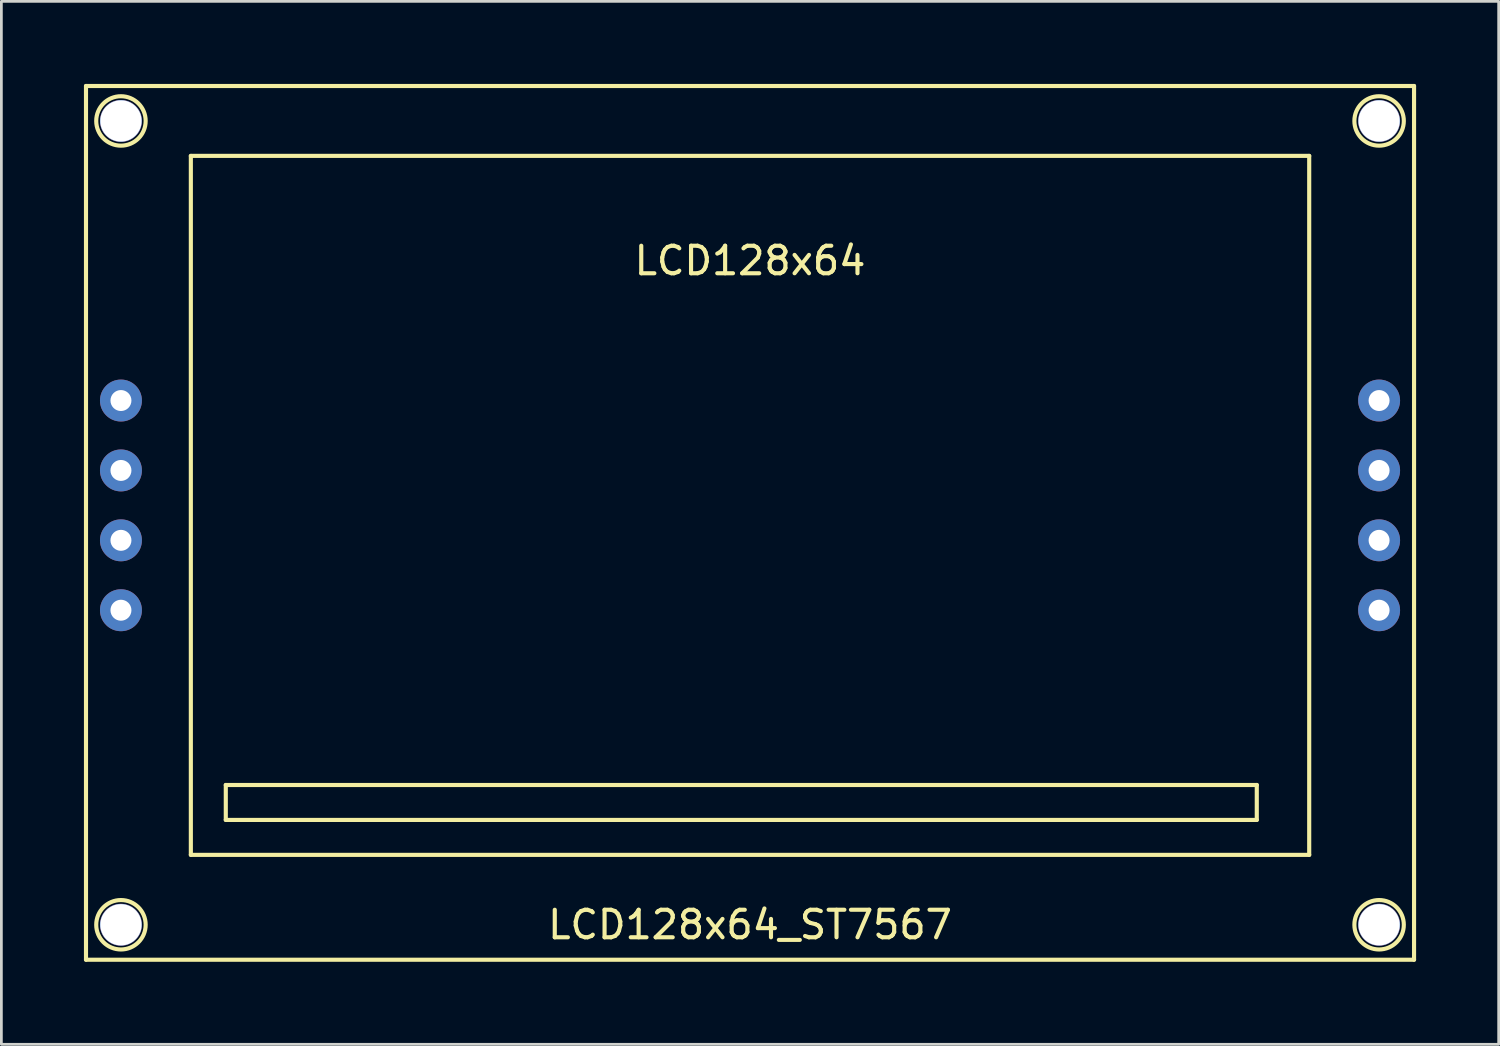
<source format=kicad_pcb>
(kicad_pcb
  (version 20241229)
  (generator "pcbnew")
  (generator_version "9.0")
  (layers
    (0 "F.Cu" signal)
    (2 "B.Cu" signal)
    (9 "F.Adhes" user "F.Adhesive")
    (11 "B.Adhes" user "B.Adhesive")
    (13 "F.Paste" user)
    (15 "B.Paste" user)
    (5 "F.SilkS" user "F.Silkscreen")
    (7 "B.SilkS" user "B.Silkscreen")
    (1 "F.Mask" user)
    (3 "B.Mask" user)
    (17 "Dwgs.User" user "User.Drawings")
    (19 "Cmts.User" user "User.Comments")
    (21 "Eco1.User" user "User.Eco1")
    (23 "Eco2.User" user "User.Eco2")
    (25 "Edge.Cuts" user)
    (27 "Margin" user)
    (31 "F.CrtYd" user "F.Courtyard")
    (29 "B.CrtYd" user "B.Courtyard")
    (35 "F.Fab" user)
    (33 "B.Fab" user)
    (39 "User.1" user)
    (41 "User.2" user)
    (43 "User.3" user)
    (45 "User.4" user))
  (footprint "LCD128x64_ST7567"
    (layer "F.Cu")
    (at 1.345 19.125)
    (property "Reference" "LCD128x64_ST7567" (at 22.86 11.43 0) (layer "F.SilkS") (effects (font (size 1 1) (thickness 0.15))))
    (attr through_hole)
    (fp_line (start -1.27 -19.05) (end 46.99 -19.05) (stroke (width 0.15) (type solid)) (layer "F.SilkS"))
    (fp_line (start -1.27 12.7) (end -1.27 -19.05) (stroke (width 0.15) (type solid)) (layer "F.SilkS"))
    (fp_line (start 2.54 -16.51) (end 43.18 -16.51) (stroke (width 0.15) (type solid)) (layer "F.SilkS"))
    (fp_line (start 2.54 8.89) (end 2.54 -16.51) (stroke (width 0.15) (type solid)) (layer "F.SilkS"))
    (fp_line (start 3.81 6.35) (end 41.275 6.35) (stroke (width 0.15) (type solid)) (layer "F.SilkS"))
    (fp_line (start 3.81 7.62) (end 3.81 6.35) (stroke (width 0.15) (type solid)) (layer "F.SilkS"))
    (fp_line (start 41.275 6.35) (end 41.275 7.62) (stroke (width 0.15) (type solid)) (layer "F.SilkS"))
    (fp_line (start 41.275 7.62) (end 3.81 7.62) (stroke (width 0.15) (type solid)) (layer "F.SilkS"))
    (fp_line (start 43.18 -16.51) (end 43.18 8.89) (stroke (width 0.15) (type solid)) (layer "F.SilkS"))
    (fp_line (start 43.18 8.89) (end 2.54 8.89) (stroke (width 0.15) (type solid)) (layer "F.SilkS"))
    (fp_line (start 46.99 -19.05) (end 46.99 12.7) (stroke (width 0.15) (type solid)) (layer "F.SilkS"))
    (fp_line (start 46.99 12.7) (end -1.27 12.7) (stroke (width 0.15) (type solid)) (layer "F.SilkS"))
    (fp_circle (center 0 -17.78) (end 0.635 -18.415) (stroke (width 0.15) (type solid)) (fill no) (layer "F.SilkS"))
    (fp_circle (center 0 11.43) (end 0.635 10.795) (stroke (width 0.15) (type solid)) (fill no) (layer "F.SilkS"))
    (fp_circle (center 45.72 -17.78) (end 46.355 -18.415) (stroke (width 0.15) (type solid)) (fill no) (layer "F.SilkS"))
    (fp_circle (center 45.72 11.43) (end 46.355 12.065) (stroke (width 0.15) (type solid)) (fill no) (layer "F.SilkS"))
    (fp_text user "LCD128x64" (at 22.86 -12.7 0) (layer "F.SilkS") (effects (font (size 1 1) (thickness 0.15))))
    (pad "" np_thru_hole circle (at 0 -17.78) (size 1.524 1.524) (drill 1.5) (layers "*.Cu" "*.Mask"))
    (pad "" np_thru_hole circle (at 0 11.43) (size 1.524 1.524) (drill 1.5) (layers "*.Cu" "*.Mask"))
    (pad "" np_thru_hole circle (at 45.72 -17.78) (size 1.524 1.524) (drill 1.5) (layers "*.Cu" "*.Mask"))
    (pad "" np_thru_hole circle (at 45.72 11.43) (size 1.524 1.524) (drill 1.5) (layers "*.Cu" "*.Mask"))
    (pad "1" thru_hole circle (at 0 -7.62) (size 1.524 1.524) (drill 0.762) (layers "*.Cu" "*.Mask"))
    (pad "2" thru_hole circle (at 0 -5.08) (size 1.524 1.524) (drill 0.762) (layers "*.Cu" "*.Mask"))
    (pad "3" thru_hole circle (at 0 -2.54) (size 1.524 1.524) (drill 0.762) (layers "*.Cu" "*.Mask"))
    (pad "4" thru_hole circle (at 0 0) (size 1.524 1.524) (drill 0.762) (layers "*.Cu" "*.Mask"))
    (pad "5" thru_hole circle (at 45.72 -7.62) (size 1.524 1.524) (drill 0.762) (layers "*.Cu" "*.Mask"))
    (pad "6" thru_hole circle (at 45.72 -5.08) (size 1.524 1.524) (drill 0.762) (layers "*.Cu" "*.Mask"))
    (pad "7" thru_hole circle (at 45.72 -2.54) (size 1.524 1.524) (drill 0.762) (layers "*.Cu" "*.Mask"))
    (pad "8" thru_hole circle (at 45.72 0) (size 1.524 1.524) (drill 0.762) (layers "*.Cu" "*.Mask")))
  (gr_rect
    (start -3 -3)
    (end 51.41 34.9)
    (stroke (width 0.1) (type default))
    (fill no)
    (layer "Edge.Cuts")))
</source>
